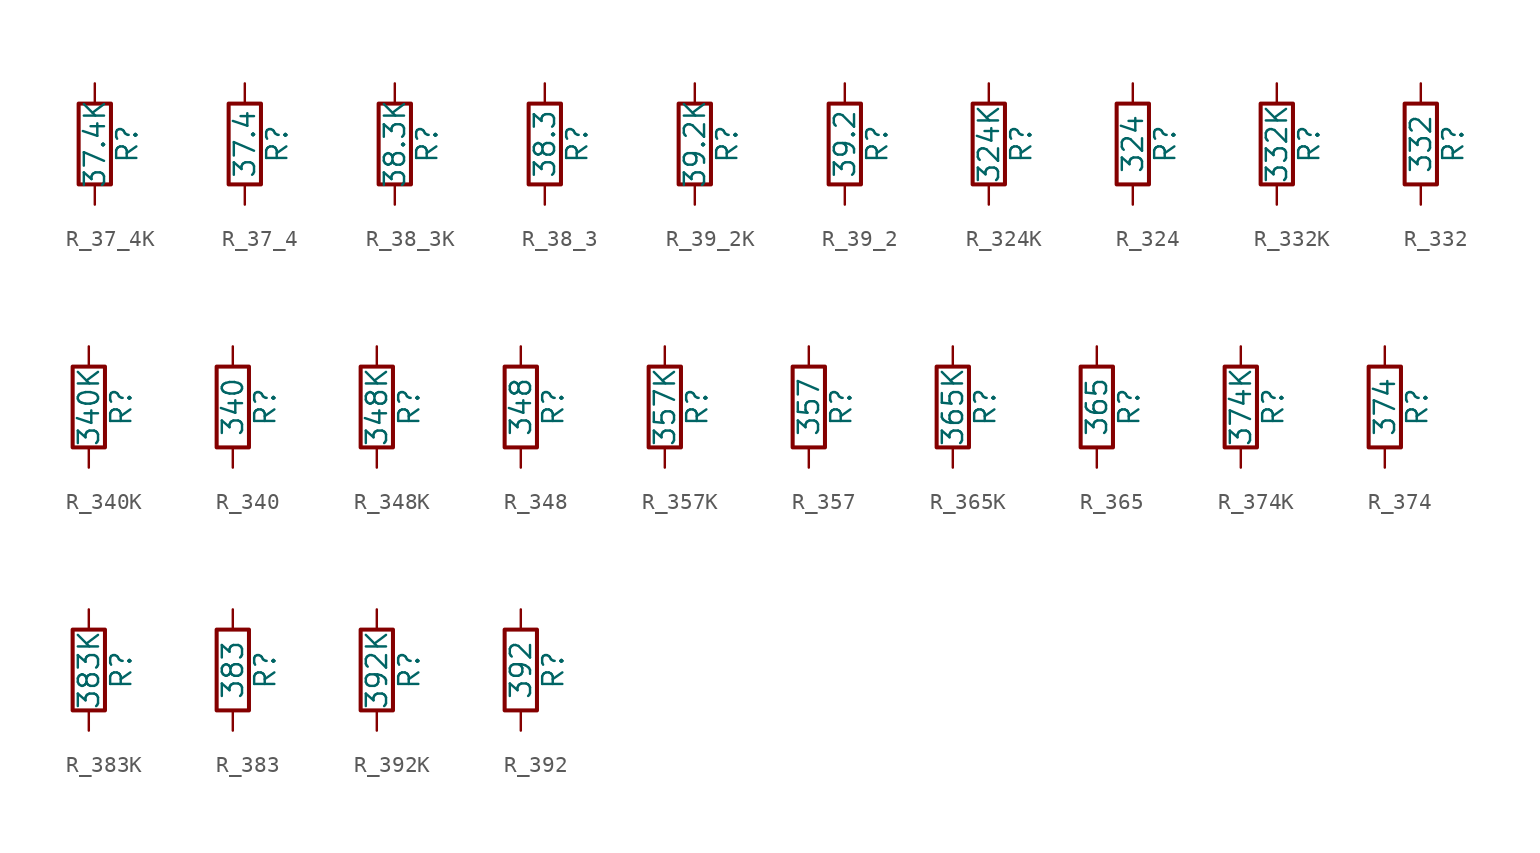
<source format=kicad_sym>
(kicad_symbol_lib
  (version 20211014)
  (generator atlantix-eda)
  (symbol "R_37_4K"
    (pin_numbers hide)
    (pin_names
      (offset 0))
    (property "Reference" "R"
      (at 2.032 0 90)
      (effects (font (size 1.27 1.27))))
    (property "Value" "37.4K"
      (at 0 0 90)
      (effects (font (size 1.27 1.27))))
    (symbol "R_37_4K_0_1"
      (rectangle (start -1.016 -2.54) (end 1.016 2.54) (stroke (width 0.254) (type default) (color 0 0 0 0)) (fill (type none))))
    (symbol "R_37_4K_1_1"
      (pin passive line (at 0 3.81 270) (length 1.27) (name "~" (effects (font (size 1.27 1.27)))) (number "1" (effects (font (size 1.27 1.27)))))
      (pin passive line (at 0 -3.81 90) (length 1.27) (name "~" (effects (font (size 1.27 1.27)))) (number "2" (effects (font (size 1.27 1.27)))))))
  (symbol "R_37_4"
    (pin_numbers hide)
    (pin_names
      (offset 0))
    (property "Reference" "R"
      (at 2.032 0 90)
      (effects (font (size 1.27 1.27))))
    (property "Value" "37.4"
      (at 0 0 90)
      (effects (font (size 1.27 1.27))))
    (symbol "R_37_4_0_1"
      (rectangle (start -1.016 -2.54) (end 1.016 2.54) (stroke (width 0.254) (type default) (color 0 0 0 0)) (fill (type none))))
    (symbol "R_37_4_1_1"
      (pin passive line (at 0 3.81 270) (length 1.27) (name "~" (effects (font (size 1.27 1.27)))) (number "1" (effects (font (size 1.27 1.27)))))
      (pin passive line (at 0 -3.81 90) (length 1.27) (name "~" (effects (font (size 1.27 1.27)))) (number "2" (effects (font (size 1.27 1.27)))))))
  (symbol "R_38_3K"
    (pin_numbers hide)
    (pin_names
      (offset 0))
    (property "Reference" "R"
      (at 2.032 0 90)
      (effects (font (size 1.27 1.27))))
    (property "Value" "38.3K"
      (at 0 0 90)
      (effects (font (size 1.27 1.27))))
    (symbol "R_38_3K_0_1"
      (rectangle (start -1.016 -2.54) (end 1.016 2.54) (stroke (width 0.254) (type default) (color 0 0 0 0)) (fill (type none))))
    (symbol "R_38_3K_1_1"
      (pin passive line (at 0 3.81 270) (length 1.27) (name "~" (effects (font (size 1.27 1.27)))) (number "1" (effects (font (size 1.27 1.27)))))
      (pin passive line (at 0 -3.81 90) (length 1.27) (name "~" (effects (font (size 1.27 1.27)))) (number "2" (effects (font (size 1.27 1.27)))))))
  (symbol "R_38_3"
    (pin_numbers hide)
    (pin_names
      (offset 0))
    (property "Reference" "R"
      (at 2.032 0 90)
      (effects (font (size 1.27 1.27))))
    (property "Value" "38.3"
      (at 0 0 90)
      (effects (font (size 1.27 1.27))))
    (symbol "R_38_3_0_1"
      (rectangle (start -1.016 -2.54) (end 1.016 2.54) (stroke (width 0.254) (type default) (color 0 0 0 0)) (fill (type none))))
    (symbol "R_38_3_1_1"
      (pin passive line (at 0 3.81 270) (length 1.27) (name "~" (effects (font (size 1.27 1.27)))) (number "1" (effects (font (size 1.27 1.27)))))
      (pin passive line (at 0 -3.81 90) (length 1.27) (name "~" (effects (font (size 1.27 1.27)))) (number "2" (effects (font (size 1.27 1.27)))))))
  (symbol "R_39_2K"
    (pin_numbers hide)
    (pin_names
      (offset 0))
    (property "Reference" "R"
      (at 2.032 0 90)
      (effects (font (size 1.27 1.27))))
    (property "Value" "39.2K"
      (at 0 0 90)
      (effects (font (size 1.27 1.27))))
    (symbol "R_39_2K_0_1"
      (rectangle (start -1.016 -2.54) (end 1.016 2.54) (stroke (width 0.254) (type default) (color 0 0 0 0)) (fill (type none))))
    (symbol "R_39_2K_1_1"
      (pin passive line (at 0 3.81 270) (length 1.27) (name "~" (effects (font (size 1.27 1.27)))) (number "1" (effects (font (size 1.27 1.27)))))
      (pin passive line (at 0 -3.81 90) (length 1.27) (name "~" (effects (font (size 1.27 1.27)))) (number "2" (effects (font (size 1.27 1.27)))))))
  (symbol "R_39_2"
    (pin_numbers hide)
    (pin_names
      (offset 0))
    (property "Reference" "R"
      (at 2.032 0 90)
      (effects (font (size 1.27 1.27))))
    (property "Value" "39.2"
      (at 0 0 90)
      (effects (font (size 1.27 1.27))))
    (symbol "R_39_2_0_1"
      (rectangle (start -1.016 -2.54) (end 1.016 2.54) (stroke (width 0.254) (type default) (color 0 0 0 0)) (fill (type none))))
    (symbol "R_39_2_1_1"
      (pin passive line (at 0 3.81 270) (length 1.27) (name "~" (effects (font (size 1.27 1.27)))) (number "1" (effects (font (size 1.27 1.27)))))
      (pin passive line (at 0 -3.81 90) (length 1.27) (name "~" (effects (font (size 1.27 1.27)))) (number "2" (effects (font (size 1.27 1.27)))))))
  (symbol "R_324K"
    (pin_numbers hide)
    (pin_names
      (offset 0))
    (property "Reference" "R"
      (at 2.032 0 90)
      (effects (font (size 1.27 1.27))))
    (property "Value" "324K"
      (at 0 0 90)
      (effects (font (size 1.27 1.27))))
    (symbol "R_324K_0_1"
      (rectangle (start -1.016 -2.54) (end 1.016 2.54) (stroke (width 0.254) (type default) (color 0 0 0 0)) (fill (type none))))
    (symbol "R_324K_1_1"
      (pin passive line (at 0 3.81 270) (length 1.27) (name "~" (effects (font (size 1.27 1.27)))) (number "1" (effects (font (size 1.27 1.27)))))
      (pin passive line (at 0 -3.81 90) (length 1.27) (name "~" (effects (font (size 1.27 1.27)))) (number "2" (effects (font (size 1.27 1.27)))))))
  (symbol "R_324"
    (pin_numbers hide)
    (pin_names
      (offset 0))
    (property "Reference" "R"
      (at 2.032 0 90)
      (effects (font (size 1.27 1.27))))
    (property "Value" "324"
      (at 0 0 90)
      (effects (font (size 1.27 1.27))))
    (symbol "R_324_0_1"
      (rectangle (start -1.016 -2.54) (end 1.016 2.54) (stroke (width 0.254) (type default) (color 0 0 0 0)) (fill (type none))))
    (symbol "R_324_1_1"
      (pin passive line (at 0 3.81 270) (length 1.27) (name "~" (effects (font (size 1.27 1.27)))) (number "1" (effects (font (size 1.27 1.27)))))
      (pin passive line (at 0 -3.81 90) (length 1.27) (name "~" (effects (font (size 1.27 1.27)))) (number "2" (effects (font (size 1.27 1.27)))))))
  (symbol "R_332K"
    (pin_numbers hide)
    (pin_names
      (offset 0))
    (property "Reference" "R"
      (at 2.032 0 90)
      (effects (font (size 1.27 1.27))))
    (property "Value" "332K"
      (at 0 0 90)
      (effects (font (size 1.27 1.27))))
    (symbol "R_332K_0_1"
      (rectangle (start -1.016 -2.54) (end 1.016 2.54) (stroke (width 0.254) (type default) (color 0 0 0 0)) (fill (type none))))
    (symbol "R_332K_1_1"
      (pin passive line (at 0 3.81 270) (length 1.27) (name "~" (effects (font (size 1.27 1.27)))) (number "1" (effects (font (size 1.27 1.27)))))
      (pin passive line (at 0 -3.81 90) (length 1.27) (name "~" (effects (font (size 1.27 1.27)))) (number "2" (effects (font (size 1.27 1.27)))))))
  (symbol "R_332"
    (pin_numbers hide)
    (pin_names
      (offset 0))
    (property "Reference" "R"
      (at 2.032 0 90)
      (effects (font (size 1.27 1.27))))
    (property "Value" "332"
      (at 0 0 90)
      (effects (font (size 1.27 1.27))))
    (symbol "R_332_0_1"
      (rectangle (start -1.016 -2.54) (end 1.016 2.54) (stroke (width 0.254) (type default) (color 0 0 0 0)) (fill (type none))))
    (symbol "R_332_1_1"
      (pin passive line (at 0 3.81 270) (length 1.27) (name "~" (effects (font (size 1.27 1.27)))) (number "1" (effects (font (size 1.27 1.27)))))
      (pin passive line (at 0 -3.81 90) (length 1.27) (name "~" (effects (font (size 1.27 1.27)))) (number "2" (effects (font (size 1.27 1.27)))))))
  (symbol "R_340K"
    (pin_numbers hide)
    (pin_names
      (offset 0))
    (property "Reference" "R"
      (at 2.032 0 90)
      (effects (font (size 1.27 1.27))))
    (property "Value" "340K"
      (at 0 0 90)
      (effects (font (size 1.27 1.27))))
    (symbol "R_340K_0_1"
      (rectangle (start -1.016 -2.54) (end 1.016 2.54) (stroke (width 0.254) (type default) (color 0 0 0 0)) (fill (type none))))
    (symbol "R_340K_1_1"
      (pin passive line (at 0 3.81 270) (length 1.27) (name "~" (effects (font (size 1.27 1.27)))) (number "1" (effects (font (size 1.27 1.27)))))
      (pin passive line (at 0 -3.81 90) (length 1.27) (name "~" (effects (font (size 1.27 1.27)))) (number "2" (effects (font (size 1.27 1.27)))))))
  (symbol "R_340"
    (pin_numbers hide)
    (pin_names
      (offset 0))
    (property "Reference" "R"
      (at 2.032 0 90)
      (effects (font (size 1.27 1.27))))
    (property "Value" "340"
      (at 0 0 90)
      (effects (font (size 1.27 1.27))))
    (symbol "R_340_0_1"
      (rectangle (start -1.016 -2.54) (end 1.016 2.54) (stroke (width 0.254) (type default) (color 0 0 0 0)) (fill (type none))))
    (symbol "R_340_1_1"
      (pin passive line (at 0 3.81 270) (length 1.27) (name "~" (effects (font (size 1.27 1.27)))) (number "1" (effects (font (size 1.27 1.27)))))
      (pin passive line (at 0 -3.81 90) (length 1.27) (name "~" (effects (font (size 1.27 1.27)))) (number "2" (effects (font (size 1.27 1.27)))))))
  (symbol "R_348K"
    (pin_numbers hide)
    (pin_names
      (offset 0))
    (property "Reference" "R"
      (at 2.032 0 90)
      (effects (font (size 1.27 1.27))))
    (property "Value" "348K"
      (at 0 0 90)
      (effects (font (size 1.27 1.27))))
    (symbol "R_348K_0_1"
      (rectangle (start -1.016 -2.54) (end 1.016 2.54) (stroke (width 0.254) (type default) (color 0 0 0 0)) (fill (type none))))
    (symbol "R_348K_1_1"
      (pin passive line (at 0 3.81 270) (length 1.27) (name "~" (effects (font (size 1.27 1.27)))) (number "1" (effects (font (size 1.27 1.27)))))
      (pin passive line (at 0 -3.81 90) (length 1.27) (name "~" (effects (font (size 1.27 1.27)))) (number "2" (effects (font (size 1.27 1.27)))))))
  (symbol "R_348"
    (pin_numbers hide)
    (pin_names
      (offset 0))
    (property "Reference" "R"
      (at 2.032 0 90)
      (effects (font (size 1.27 1.27))))
    (property "Value" "348"
      (at 0 0 90)
      (effects (font (size 1.27 1.27))))
    (symbol "R_348_0_1"
      (rectangle (start -1.016 -2.54) (end 1.016 2.54) (stroke (width 0.254) (type default) (color 0 0 0 0)) (fill (type none))))
    (symbol "R_348_1_1"
      (pin passive line (at 0 3.81 270) (length 1.27) (name "~" (effects (font (size 1.27 1.27)))) (number "1" (effects (font (size 1.27 1.27)))))
      (pin passive line (at 0 -3.81 90) (length 1.27) (name "~" (effects (font (size 1.27 1.27)))) (number "2" (effects (font (size 1.27 1.27)))))))
  (symbol "R_357K"
    (pin_numbers hide)
    (pin_names
      (offset 0))
    (property "Reference" "R"
      (at 2.032 0 90)
      (effects (font (size 1.27 1.27))))
    (property "Value" "357K"
      (at 0 0 90)
      (effects (font (size 1.27 1.27))))
    (symbol "R_357K_0_1"
      (rectangle (start -1.016 -2.54) (end 1.016 2.54) (stroke (width 0.254) (type default) (color 0 0 0 0)) (fill (type none))))
    (symbol "R_357K_1_1"
      (pin passive line (at 0 3.81 270) (length 1.27) (name "~" (effects (font (size 1.27 1.27)))) (number "1" (effects (font (size 1.27 1.27)))))
      (pin passive line (at 0 -3.81 90) (length 1.27) (name "~" (effects (font (size 1.27 1.27)))) (number "2" (effects (font (size 1.27 1.27)))))))
  (symbol "R_357"
    (pin_numbers hide)
    (pin_names
      (offset 0))
    (property "Reference" "R"
      (at 2.032 0 90)
      (effects (font (size 1.27 1.27))))
    (property "Value" "357"
      (at 0 0 90)
      (effects (font (size 1.27 1.27))))
    (symbol "R_357_0_1"
      (rectangle (start -1.016 -2.54) (end 1.016 2.54) (stroke (width 0.254) (type default) (color 0 0 0 0)) (fill (type none))))
    (symbol "R_357_1_1"
      (pin passive line (at 0 3.81 270) (length 1.27) (name "~" (effects (font (size 1.27 1.27)))) (number "1" (effects (font (size 1.27 1.27)))))
      (pin passive line (at 0 -3.81 90) (length 1.27) (name "~" (effects (font (size 1.27 1.27)))) (number "2" (effects (font (size 1.27 1.27)))))))
  (symbol "R_365K"
    (pin_numbers hide)
    (pin_names
      (offset 0))
    (property "Reference" "R"
      (at 2.032 0 90)
      (effects (font (size 1.27 1.27))))
    (property "Value" "365K"
      (at 0 0 90)
      (effects (font (size 1.27 1.27))))
    (symbol "R_365K_0_1"
      (rectangle (start -1.016 -2.54) (end 1.016 2.54) (stroke (width 0.254) (type default) (color 0 0 0 0)) (fill (type none))))
    (symbol "R_365K_1_1"
      (pin passive line (at 0 3.81 270) (length 1.27) (name "~" (effects (font (size 1.27 1.27)))) (number "1" (effects (font (size 1.27 1.27)))))
      (pin passive line (at 0 -3.81 90) (length 1.27) (name "~" (effects (font (size 1.27 1.27)))) (number "2" (effects (font (size 1.27 1.27)))))))
  (symbol "R_365"
    (pin_numbers hide)
    (pin_names
      (offset 0))
    (property "Reference" "R"
      (at 2.032 0 90)
      (effects (font (size 1.27 1.27))))
    (property "Value" "365"
      (at 0 0 90)
      (effects (font (size 1.27 1.27))))
    (symbol "R_365_0_1"
      (rectangle (start -1.016 -2.54) (end 1.016 2.54) (stroke (width 0.254) (type default) (color 0 0 0 0)) (fill (type none))))
    (symbol "R_365_1_1"
      (pin passive line (at 0 3.81 270) (length 1.27) (name "~" (effects (font (size 1.27 1.27)))) (number "1" (effects (font (size 1.27 1.27)))))
      (pin passive line (at 0 -3.81 90) (length 1.27) (name "~" (effects (font (size 1.27 1.27)))) (number "2" (effects (font (size 1.27 1.27)))))))
  (symbol "R_374K"
    (pin_numbers hide)
    (pin_names
      (offset 0))
    (property "Reference" "R"
      (at 2.032 0 90)
      (effects (font (size 1.27 1.27))))
    (property "Value" "374K"
      (at 0 0 90)
      (effects (font (size 1.27 1.27))))
    (symbol "R_374K_0_1"
      (rectangle (start -1.016 -2.54) (end 1.016 2.54) (stroke (width 0.254) (type default) (color 0 0 0 0)) (fill (type none))))
    (symbol "R_374K_1_1"
      (pin passive line (at 0 3.81 270) (length 1.27) (name "~" (effects (font (size 1.27 1.27)))) (number "1" (effects (font (size 1.27 1.27)))))
      (pin passive line (at 0 -3.81 90) (length 1.27) (name "~" (effects (font (size 1.27 1.27)))) (number "2" (effects (font (size 1.27 1.27)))))))
  (symbol "R_374"
    (pin_numbers hide)
    (pin_names
      (offset 0))
    (property "Reference" "R"
      (at 2.032 0 90)
      (effects (font (size 1.27 1.27))))
    (property "Value" "374"
      (at 0 0 90)
      (effects (font (size 1.27 1.27))))
    (symbol "R_374_0_1"
      (rectangle (start -1.016 -2.54) (end 1.016 2.54) (stroke (width 0.254) (type default) (color 0 0 0 0)) (fill (type none))))
    (symbol "R_374_1_1"
      (pin passive line (at 0 3.81 270) (length 1.27) (name "~" (effects (font (size 1.27 1.27)))) (number "1" (effects (font (size 1.27 1.27)))))
      (pin passive line (at 0 -3.81 90) (length 1.27) (name "~" (effects (font (size 1.27 1.27)))) (number "2" (effects (font (size 1.27 1.27)))))))
  (symbol "R_383K"
    (pin_numbers hide)
    (pin_names
      (offset 0))
    (property "Reference" "R"
      (at 2.032 0 90)
      (effects (font (size 1.27 1.27))))
    (property "Value" "383K"
      (at 0 0 90)
      (effects (font (size 1.27 1.27))))
    (symbol "R_383K_0_1"
      (rectangle (start -1.016 -2.54) (end 1.016 2.54) (stroke (width 0.254) (type default) (color 0 0 0 0)) (fill (type none))))
    (symbol "R_383K_1_1"
      (pin passive line (at 0 3.81 270) (length 1.27) (name "~" (effects (font (size 1.27 1.27)))) (number "1" (effects (font (size 1.27 1.27)))))
      (pin passive line (at 0 -3.81 90) (length 1.27) (name "~" (effects (font (size 1.27 1.27)))) (number "2" (effects (font (size 1.27 1.27)))))))
  (symbol "R_383"
    (pin_numbers hide)
    (pin_names
      (offset 0))
    (property "Reference" "R"
      (at 2.032 0 90)
      (effects (font (size 1.27 1.27))))
    (property "Value" "383"
      (at 0 0 90)
      (effects (font (size 1.27 1.27))))
    (symbol "R_383_0_1"
      (rectangle (start -1.016 -2.54) (end 1.016 2.54) (stroke (width 0.254) (type default) (color 0 0 0 0)) (fill (type none))))
    (symbol "R_383_1_1"
      (pin passive line (at 0 3.81 270) (length 1.27) (name "~" (effects (font (size 1.27 1.27)))) (number "1" (effects (font (size 1.27 1.27)))))
      (pin passive line (at 0 -3.81 90) (length 1.27) (name "~" (effects (font (size 1.27 1.27)))) (number "2" (effects (font (size 1.27 1.27)))))))
  (symbol "R_392K"
    (pin_numbers hide)
    (pin_names
      (offset 0))
    (property "Reference" "R"
      (at 2.032 0 90)
      (effects (font (size 1.27 1.27))))
    (property "Value" "392K"
      (at 0 0 90)
      (effects (font (size 1.27 1.27))))
    (symbol "R_392K_0_1"
      (rectangle (start -1.016 -2.54) (end 1.016 2.54) (stroke (width 0.254) (type default) (color 0 0 0 0)) (fill (type none))))
    (symbol "R_392K_1_1"
      (pin passive line (at 0 3.81 270) (length 1.27) (name "~" (effects (font (size 1.27 1.27)))) (number "1" (effects (font (size 1.27 1.27)))))
      (pin passive line (at 0 -3.81 90) (length 1.27) (name "~" (effects (font (size 1.27 1.27)))) (number "2" (effects (font (size 1.27 1.27)))))))
  (symbol "R_392"
    (pin_numbers hide)
    (pin_names
      (offset 0))
    (property "Reference" "R"
      (at 2.032 0 90)
      (effects (font (size 1.27 1.27))))
    (property "Value" "392"
      (at 0 0 90)
      (effects (font (size 1.27 1.27))))
    (symbol "R_392_0_1"
      (rectangle (start -1.016 -2.54) (end 1.016 2.54) (stroke (width 0.254) (type default) (color 0 0 0 0)) (fill (type none))))
    (symbol "R_392_1_1"
      (pin passive line (at 0 3.81 270) (length 1.27) (name "~" (effects (font (size 1.27 1.27)))) (number "1" (effects (font (size 1.27 1.27)))))
      (pin passive line (at 0 -3.81 90) (length 1.27) (name "~" (effects (font (size 1.27 1.27)))) (number "2" (effects (font (size 1.27 1.27))))))))
</source>
